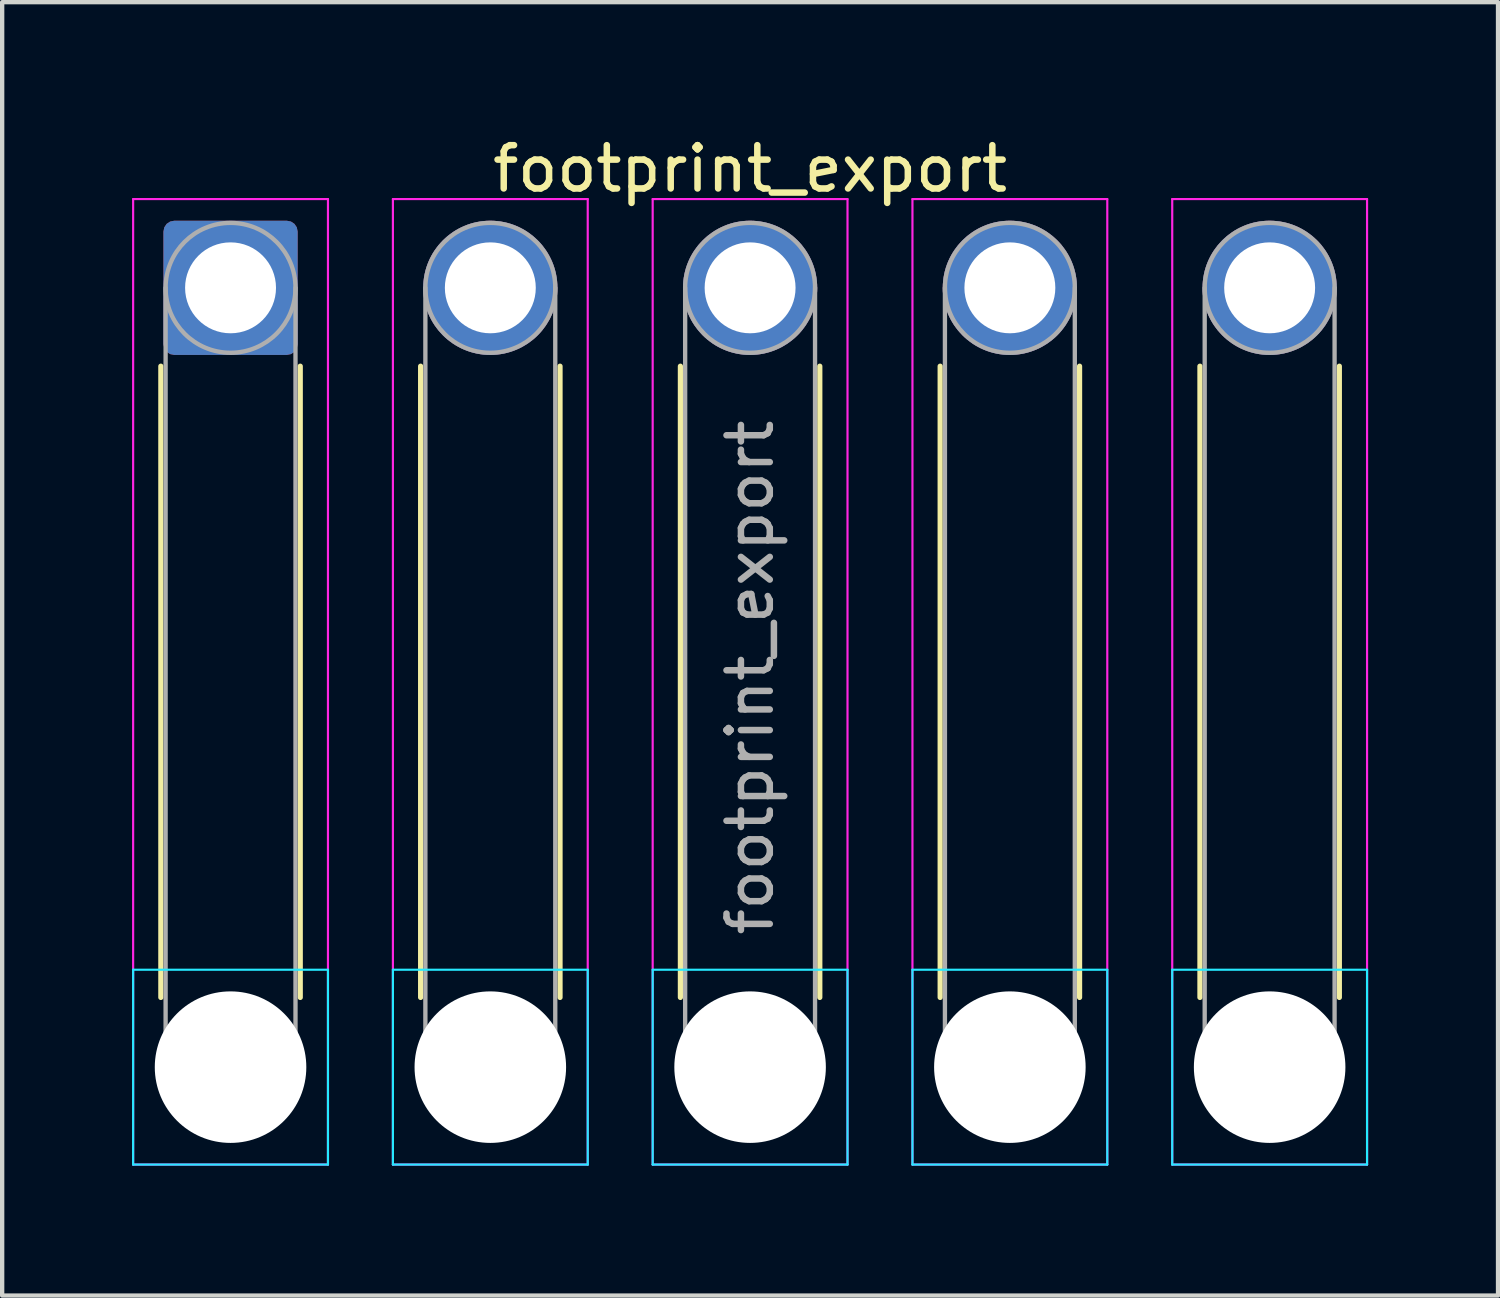
<source format=kicad_pcb>
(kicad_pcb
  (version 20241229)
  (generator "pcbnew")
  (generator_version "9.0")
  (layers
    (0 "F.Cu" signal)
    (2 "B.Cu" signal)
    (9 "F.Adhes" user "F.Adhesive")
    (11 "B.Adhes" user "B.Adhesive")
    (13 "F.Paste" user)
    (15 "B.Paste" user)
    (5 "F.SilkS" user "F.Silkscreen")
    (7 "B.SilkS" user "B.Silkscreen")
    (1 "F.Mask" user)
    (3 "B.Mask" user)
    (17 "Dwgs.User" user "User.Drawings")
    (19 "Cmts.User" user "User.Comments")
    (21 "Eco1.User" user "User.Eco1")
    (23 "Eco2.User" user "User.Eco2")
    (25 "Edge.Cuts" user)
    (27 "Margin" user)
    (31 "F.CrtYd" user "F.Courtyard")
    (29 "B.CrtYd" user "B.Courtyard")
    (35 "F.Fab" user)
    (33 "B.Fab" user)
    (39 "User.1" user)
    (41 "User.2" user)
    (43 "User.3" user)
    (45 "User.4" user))
  (footprint "footprint_export"
    (layer "F.Cu")
    (at 2.275 3.598)
    (property "Reference" "footprint_export" (at 12 -2.75 0) (layer "F.SilkS") (effects (font (size 1 1) (thickness 0.15))))
    (attr exclude_from_pos_files exclude_from_bom)
    (fp_line (start -1.61 1.81) (end -1.61 16.39) (stroke (width 0.12) (type solid)) (layer "F.SilkS"))
    (fp_line (start 1.61 1.81) (end 1.61 16.39) (stroke (width 0.12) (type solid)) (layer "F.SilkS"))
    (fp_line (start 4.39 1.81) (end 4.39 16.39) (stroke (width 0.12) (type solid)) (layer "F.SilkS"))
    (fp_line (start 7.61 1.81) (end 7.61 16.39) (stroke (width 0.12) (type solid)) (layer "F.SilkS"))
    (fp_line (start 10.39 1.81) (end 10.39 16.39) (stroke (width 0.12) (type solid)) (layer "F.SilkS"))
    (fp_line (start 13.61 1.81) (end 13.61 16.39) (stroke (width 0.12) (type solid)) (layer "F.SilkS"))
    (fp_line (start 16.39 1.81) (end 16.39 16.39) (stroke (width 0.12) (type solid)) (layer "F.SilkS"))
    (fp_line (start 19.61 1.81) (end 19.61 16.39) (stroke (width 0.12) (type solid)) (layer "F.SilkS"))
    (fp_line (start 22.39 1.81) (end 22.39 16.39) (stroke (width 0.12) (type solid)) (layer "F.SilkS"))
    (fp_line (start 25.61 1.81) (end 25.61 16.39) (stroke (width 0.12) (type solid)) (layer "F.SilkS"))
    (fp_line (start -2.25 15.75) (end -2.25 20.25) (stroke (width 0.05) (type solid)) (layer "B.CrtYd"))
    (fp_line (start -2.25 20.25) (end 2.25 20.25) (stroke (width 0.05) (type solid)) (layer "B.CrtYd"))
    (fp_line (start 2.25 15.75) (end -2.25 15.75) (stroke (width 0.05) (type solid)) (layer "B.CrtYd"))
    (fp_line (start 2.25 20.25) (end 2.25 15.75) (stroke (width 0.05) (type solid)) (layer "B.CrtYd"))
    (fp_line (start 3.75 15.75) (end 3.75 20.25) (stroke (width 0.05) (type solid)) (layer "B.CrtYd"))
    (fp_line (start 3.75 20.25) (end 8.25 20.25) (stroke (width 0.05) (type solid)) (layer "B.CrtYd"))
    (fp_line (start 8.25 15.75) (end 3.75 15.75) (stroke (width 0.05) (type solid)) (layer "B.CrtYd"))
    (fp_line (start 8.25 20.25) (end 8.25 15.75) (stroke (width 0.05) (type solid)) (layer "B.CrtYd"))
    (fp_line (start 9.75 15.75) (end 9.75 20.25) (stroke (width 0.05) (type solid)) (layer "B.CrtYd"))
    (fp_line (start 9.75 20.25) (end 14.25 20.25) (stroke (width 0.05) (type solid)) (layer "B.CrtYd"))
    (fp_line (start 14.25 15.75) (end 9.75 15.75) (stroke (width 0.05) (type solid)) (layer "B.CrtYd"))
    (fp_line (start 14.25 20.25) (end 14.25 15.75) (stroke (width 0.05) (type solid)) (layer "B.CrtYd"))
    (fp_line (start 15.75 15.75) (end 15.75 20.25) (stroke (width 0.05) (type solid)) (layer "B.CrtYd"))
    (fp_line (start 15.75 20.25) (end 20.25 20.25) (stroke (width 0.05) (type solid)) (layer "B.CrtYd"))
    (fp_line (start 20.25 15.75) (end 15.75 15.75) (stroke (width 0.05) (type solid)) (layer "B.CrtYd"))
    (fp_line (start 20.25 20.25) (end 20.25 15.75) (stroke (width 0.05) (type solid)) (layer "B.CrtYd"))
    (fp_line (start 21.75 15.75) (end 21.75 20.25) (stroke (width 0.05) (type solid)) (layer "B.CrtYd"))
    (fp_line (start 21.75 20.25) (end 26.25 20.25) (stroke (width 0.05) (type solid)) (layer "B.CrtYd"))
    (fp_line (start 26.25 15.75) (end 21.75 15.75) (stroke (width 0.05) (type solid)) (layer "B.CrtYd"))
    (fp_line (start 26.25 20.25) (end 26.25 15.75) (stroke (width 0.05) (type solid)) (layer "B.CrtYd"))
    (fp_line (start -2.25 -2.05) (end -2.25 20.25) (stroke (width 0.05) (type solid)) (layer "F.CrtYd"))
    (fp_line (start -2.25 20.25) (end 2.25 20.25) (stroke (width 0.05) (type solid)) (layer "F.CrtYd"))
    (fp_line (start 2.25 -2.05) (end -2.25 -2.05) (stroke (width 0.05) (type solid)) (layer "F.CrtYd"))
    (fp_line (start 2.25 20.25) (end 2.25 -2.05) (stroke (width 0.05) (type solid)) (layer "F.CrtYd"))
    (fp_line (start 3.75 -2.05) (end 3.75 20.25) (stroke (width 0.05) (type solid)) (layer "F.CrtYd"))
    (fp_line (start 3.75 20.25) (end 8.25 20.25) (stroke (width 0.05) (type solid)) (layer "F.CrtYd"))
    (fp_line (start 8.25 -2.05) (end 3.75 -2.05) (stroke (width 0.05) (type solid)) (layer "F.CrtYd"))
    (fp_line (start 8.25 20.25) (end 8.25 -2.05) (stroke (width 0.05) (type solid)) (layer "F.CrtYd"))
    (fp_line (start 9.75 -2.05) (end 9.75 20.25) (stroke (width 0.05) (type solid)) (layer "F.CrtYd"))
    (fp_line (start 9.75 20.25) (end 14.25 20.25) (stroke (width 0.05) (type solid)) (layer "F.CrtYd"))
    (fp_line (start 14.25 -2.05) (end 9.75 -2.05) (stroke (width 0.05) (type solid)) (layer "F.CrtYd"))
    (fp_line (start 14.25 20.25) (end 14.25 -2.05) (stroke (width 0.05) (type solid)) (layer "F.CrtYd"))
    (fp_line (start 15.75 -2.05) (end 15.75 20.25) (stroke (width 0.05) (type solid)) (layer "F.CrtYd"))
    (fp_line (start 15.75 20.25) (end 20.25 20.25) (stroke (width 0.05) (type solid)) (layer "F.CrtYd"))
    (fp_line (start 20.25 -2.05) (end 15.75 -2.05) (stroke (width 0.05) (type solid)) (layer "F.CrtYd"))
    (fp_line (start 20.25 20.25) (end 20.25 -2.05) (stroke (width 0.05) (type solid)) (layer "F.CrtYd"))
    (fp_line (start 21.75 -2.05) (end 21.75 20.25) (stroke (width 0.05) (type solid)) (layer "F.CrtYd"))
    (fp_line (start 21.75 20.25) (end 26.25 20.25) (stroke (width 0.05) (type solid)) (layer "F.CrtYd"))
    (fp_line (start 26.25 -2.05) (end 21.75 -2.05) (stroke (width 0.05) (type solid)) (layer "F.CrtYd"))
    (fp_line (start 26.25 20.25) (end 26.25 -2.05) (stroke (width 0.05) (type solid)) (layer "F.CrtYd"))
    (fp_line (start -1.5 0) (end -1.5 18) (stroke (width 0.1) (type solid)) (layer "F.Fab"))
    (fp_line (start 1.5 0) (end 1.5 18) (stroke (width 0.1) (type solid)) (layer "F.Fab"))
    (fp_line (start 4.5 0) (end 4.5 18) (stroke (width 0.1) (type solid)) (layer "F.Fab"))
    (fp_line (start 7.5 0) (end 7.5 18) (stroke (width 0.1) (type solid)) (layer "F.Fab"))
    (fp_line (start 10.5 0) (end 10.5 18) (stroke (width 0.1) (type solid)) (layer "F.Fab"))
    (fp_line (start 13.5 0) (end 13.5 18) (stroke (width 0.1) (type solid)) (layer "F.Fab"))
    (fp_line (start 16.5 0) (end 16.5 18) (stroke (width 0.1) (type solid)) (layer "F.Fab"))
    (fp_line (start 19.5 0) (end 19.5 18) (stroke (width 0.1) (type solid)) (layer "F.Fab"))
    (fp_line (start 22.5 0) (end 22.5 18) (stroke (width 0.1) (type solid)) (layer "F.Fab"))
    (fp_line (start 25.5 0) (end 25.5 18) (stroke (width 0.1) (type solid)) (layer "F.Fab"))
    (fp_circle (center 0 0) (end 1.5 0) (stroke (width 0.1) (type solid)) (fill no) (layer "F.Fab"))
    (fp_circle (center 0 18) (end 1.5 18) (stroke (width 0.1) (type solid)) (fill no) (layer "F.Fab"))
    (fp_circle (center 6 0) (end 7.5 0) (stroke (width 0.1) (type solid)) (fill no) (layer "F.Fab"))
    (fp_circle (center 6 18) (end 7.5 18) (stroke (width 0.1) (type solid)) (fill no) (layer "F.Fab"))
    (fp_circle (center 12 0) (end 13.5 0) (stroke (width 0.1) (type solid)) (fill no) (layer "F.Fab"))
    (fp_circle (center 12 18) (end 13.5 18) (stroke (width 0.1) (type solid)) (fill no) (layer "F.Fab"))
    (fp_circle (center 18 0) (end 19.5 0) (stroke (width 0.1) (type solid)) (fill no) (layer "F.Fab"))
    (fp_circle (center 18 18) (end 19.5 18) (stroke (width 0.1) (type solid)) (fill no) (layer "F.Fab"))
    (fp_circle (center 24 0) (end 25.5 0) (stroke (width 0.1) (type solid)) (fill no) (layer "F.Fab"))
    (fp_circle (center 24 18) (end 25.5 18) (stroke (width 0.1) (type solid)) (fill no) (layer "F.Fab"))
    (fp_text user "${REFERENCE}" (at 12 9 90) (layer "F.Fab") (effects (font (size 1 1) (thickness 0.15))))
    (pad "" np_thru_hole circle (at 0 18) (size 3.5 3.5) (drill 3.5) (layers "*.Cu" "*.Mask"))
    (pad "" np_thru_hole circle (at 6 18) (size 3.5 3.5) (drill 3.5) (layers "*.Cu" "*.Mask"))
    (pad "" np_thru_hole circle (at 12 18) (size 3.5 3.5) (drill 3.5) (layers "*.Cu" "*.Mask"))
    (pad "" np_thru_hole circle (at 18 18) (size 3.5 3.5) (drill 3.5) (layers "*.Cu" "*.Mask"))
    (pad "" np_thru_hole circle (at 24 18) (size 3.5 3.5) (drill 3.5) (layers "*.Cu" "*.Mask"))
    (pad "1" thru_hole roundrect (at 0 0) (size 3.1 3.1) (drill 2.1) (layers "*.Cu" "*.Mask") (roundrect_rratio 0.081))
    (pad "2" thru_hole circle (at 6 0) (size 3.1 3.1) (drill 2.1) (layers "*.Cu" "*.Mask"))
    (pad "3" thru_hole circle (at 12 0) (size 3.1 3.1) (drill 2.1) (layers "*.Cu" "*.Mask"))
    (pad "4" thru_hole circle (at 18 0) (size 3.1 3.1) (drill 2.1) (layers "*.Cu" "*.Mask"))
    (pad "5" thru_hole circle (at 24 0) (size 3.1 3.1) (drill 2.1) (layers "*.Cu" "*.Mask")))
  (gr_rect
    (start -3 -3)
    (end 31.55 26.873)
    (stroke (width 0.1) (type default))
    (fill no)
    (layer "Edge.Cuts")))
</source>
